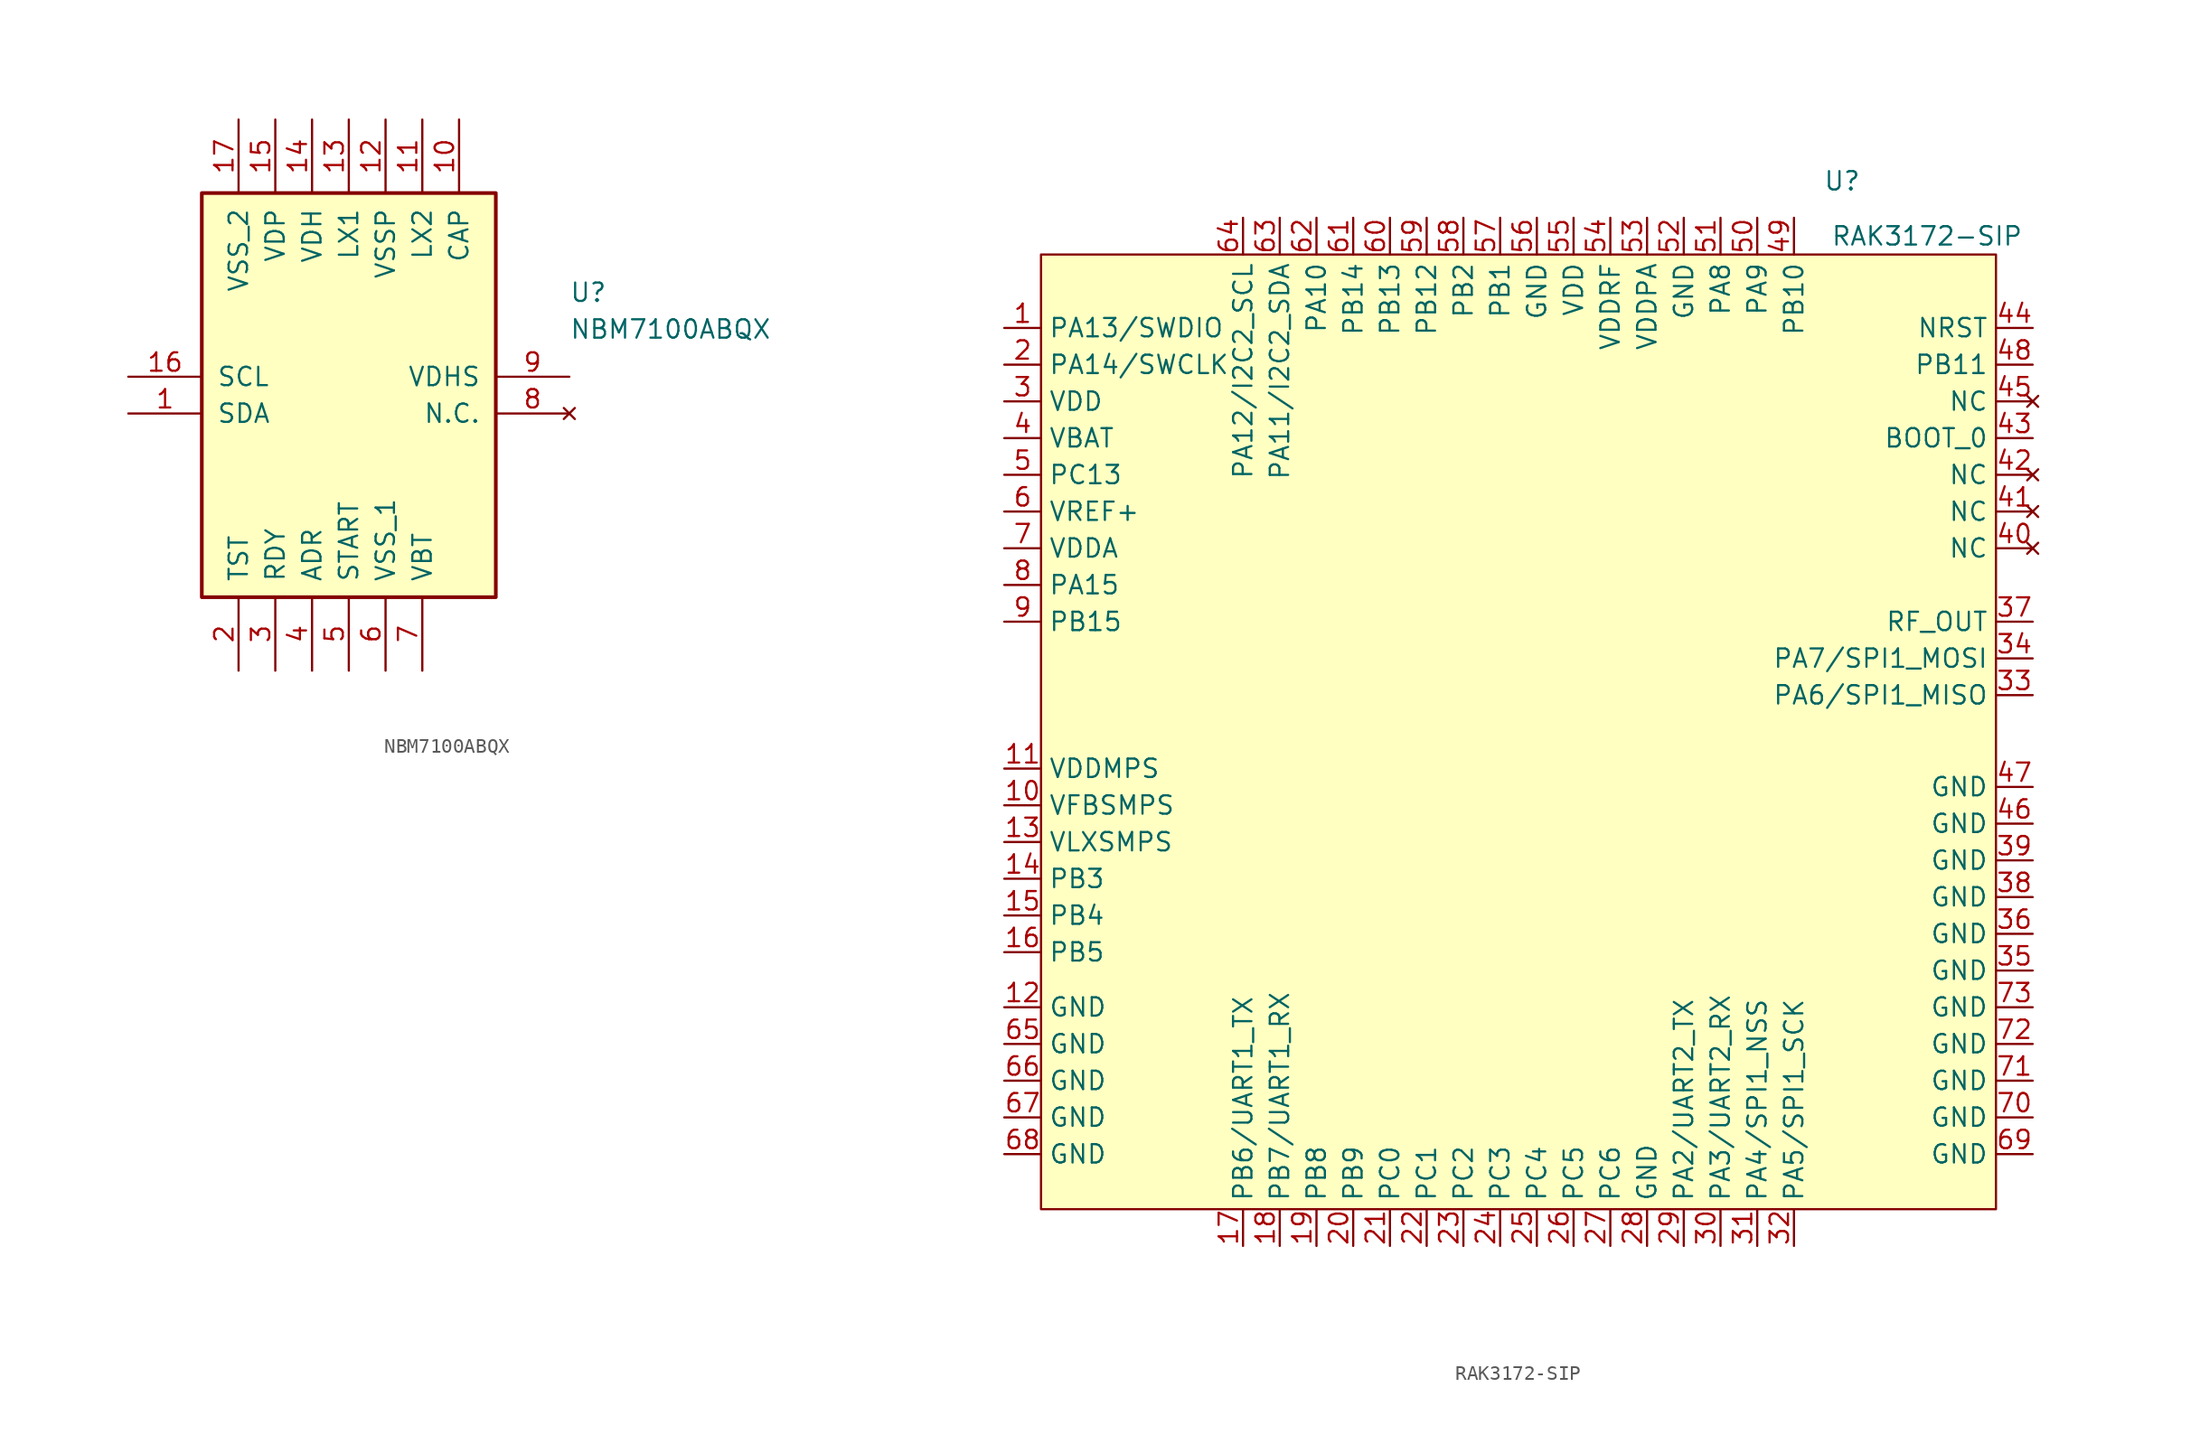
<source format=kicad_sym>
(kicad_symbol_lib
  (version 20220914)
  (generator kicad_symbol_editor)
  (symbol "NBM7100ABQX"
    (pin_names
      (offset 1.016))
    (property "Reference" "U"
      (at 15.24 6.35 0)
      (effects (font (size 1.27 1.27)) (justify left bottom)))
    (property "Value" "NBM7100ABQX"
      (at 15.24 3.81 0)
      (effects (font (size 1.27 1.27)) (justify left bottom)))
    (symbol "NBM7100ABQX_1_1"
      (rectangle (start -10.16 13.97) (end 10.16 -13.97) (stroke (width 0.254) (type default)) (fill (type background)))
      (pin passive line (at -15.24 -1.27 0) (length 5.08) (name "SDA" (effects (font (size 1.27 1.27)))) (number "1" (effects (font (size 1.27 1.27)))))
      (pin passive line (at 7.62 19.05 270) (length 5.08) (name "CAP" (effects (font (size 1.27 1.27)))) (number "10" (effects (font (size 1.27 1.27)))))
      (pin passive line (at 5.08 19.05 270) (length 5.08) (name "LX2" (effects (font (size 1.27 1.27)))) (number "11" (effects (font (size 1.27 1.27)))))
      (pin passive line (at 2.54 19.05 270) (length 5.08) (name "VSSP" (effects (font (size 1.27 1.27)))) (number "12" (effects (font (size 1.27 1.27)))))
      (pin passive line (at 0 19.05 270) (length 5.08) (name "LX1" (effects (font (size 1.27 1.27)))) (number "13" (effects (font (size 1.27 1.27)))))
      (pin passive line (at -2.54 19.05 270) (length 5.08) (name "VDH" (effects (font (size 1.27 1.27)))) (number "14" (effects (font (size 1.27 1.27)))))
      (pin passive line (at -5.08 19.05 270) (length 5.08) (name "VDP" (effects (font (size 1.27 1.27)))) (number "15" (effects (font (size 1.27 1.27)))))
      (pin passive line (at -15.24 1.27 0) (length 5.08) (name "SCL" (effects (font (size 1.27 1.27)))) (number "16" (effects (font (size 1.27 1.27)))))
      (pin passive line (at -7.62 19.05 270) (length 5.08) (name "VSS_2" (effects (font (size 1.27 1.27)))) (number "17" (effects (font (size 1.27 1.27)))))
      (pin passive line (at -7.62 -19.05 90) (length 5.08) (name "TST" (effects (font (size 1.27 1.27)))) (number "2" (effects (font (size 1.27 1.27)))))
      (pin passive line (at -5.08 -19.05 90) (length 5.08) (name "RDY" (effects (font (size 1.27 1.27)))) (number "3" (effects (font (size 1.27 1.27)))))
      (pin passive line (at -2.54 -19.05 90) (length 5.08) (name "ADR" (effects (font (size 1.27 1.27)))) (number "4" (effects (font (size 1.27 1.27)))))
      (pin passive line (at 0 -19.05 90) (length 5.08) (name "START" (effects (font (size 1.27 1.27)))) (number "5" (effects (font (size 1.27 1.27)))))
      (pin passive line (at 2.54 -19.05 90) (length 5.08) (name "VSS_1" (effects (font (size 1.27 1.27)))) (number "6" (effects (font (size 1.27 1.27)))))
      (pin passive line (at 5.08 -19.05 90) (length 5.08) (name "VBT" (effects (font (size 1.27 1.27)))) (number "7" (effects (font (size 1.27 1.27)))))
      (pin no_connect line (at 15.24 -1.27 180) (length 5.08) (name "N.C." (effects (font (size 1.27 1.27)))) (number "8" (effects (font (size 1.27 1.27)))))
      (pin passive line (at 15.24 1.27 180) (length 5.08) (name "VDHS" (effects (font (size 1.27 1.27)))) (number "9" (effects (font (size 1.27 1.27)))))))
  (symbol "RAK3172-SIP"
    (property "Reference" "U"
      (at 19.799 38.1 0)
      (effects (font (size 1.27 1.27)) (justify left)))
    (property "Value" "RAK3172-SIP"
      (at 20.32 34.29 0)
      (effects (font (size 1.27 1.27)) (justify left)))
    (symbol "RAK3172-SIP_0_0"
      (pin input line (at -36.83 -5.08 0) (length 2.54) (name "VFBSMPS" (effects (font (size 1.27 1.27)))) (number "10" (effects (font (size 1.27 1.27)))))
      (pin power_in line (at -36.83 -2.54 0) (length 2.54) (name "VDDMPS" (effects (font (size 1.27 1.27)))) (number "11" (effects (font (size 1.27 1.27)))))
      (pin power_in line (at -36.83 -19.05 0) (length 2.54) (name "GND" (effects (font (size 1.27 1.27)))) (number "12" (effects (font (size 1.27 1.27)))))
      (pin power_out line (at -36.83 -7.62 0) (length 2.54) (name "VLXSMPS" (effects (font (size 1.27 1.27)))) (number "13" (effects (font (size 1.27 1.27)))))
      (pin bidirectional line (at -36.83 -10.16 0) (length 2.54) (name "PB3" (effects (font (size 1.27 1.27)))) (number "14" (effects (font (size 1.27 1.27)))))
      (pin bidirectional line (at -36.83 -12.7 0) (length 2.54) (name "PB4" (effects (font (size 1.27 1.27)))) (number "15" (effects (font (size 1.27 1.27)))))
      (pin bidirectional line (at -36.83 -15.24 0) (length 2.54) (name "PB5" (effects (font (size 1.27 1.27)))) (number "16" (effects (font (size 1.27 1.27)))))
      (pin bidirectional line (at -20.32 -35.56 90) (length 2.54) (name "PB6/UART1_TX" (effects (font (size 1.27 1.27)))) (number "17" (effects (font (size 1.27 1.27)))))
      (pin bidirectional line (at -17.78 -35.56 90) (length 2.54) (name "PB7/UART1_RX" (effects (font (size 1.27 1.27)))) (number "18" (effects (font (size 1.27 1.27)))))
      (pin bidirectional line (at -15.24 -35.56 90) (length 2.54) (name "PB8" (effects (font (size 1.27 1.27)))) (number "19" (effects (font (size 1.27 1.27)))))
      (pin bidirectional line (at -12.7 -35.56 90) (length 2.54) (name "PB9" (effects (font (size 1.27 1.27)))) (number "20" (effects (font (size 1.27 1.27)))))
      (pin bidirectional line (at -10.16 -35.56 90) (length 2.54) (name "PC0" (effects (font (size 1.27 1.27)))) (number "21" (effects (font (size 1.27 1.27)))))
      (pin bidirectional line (at -7.62 -35.56 90) (length 2.54) (name "PC1" (effects (font (size 1.27 1.27)))) (number "22" (effects (font (size 1.27 1.27)))))
      (pin bidirectional line (at -5.08 -35.56 90) (length 2.54) (name "PC2" (effects (font (size 1.27 1.27)))) (number "23" (effects (font (size 1.27 1.27)))))
      (pin bidirectional line (at -2.54 -35.56 90) (length 2.54) (name "PC3" (effects (font (size 1.27 1.27)))) (number "24" (effects (font (size 1.27 1.27)))))
      (pin bidirectional line (at 0 -35.56 90) (length 2.54) (name "PC4" (effects (font (size 1.27 1.27)))) (number "25" (effects (font (size 1.27 1.27)))))
      (pin bidirectional line (at 2.54 -35.56 90) (length 2.54) (name "PC5" (effects (font (size 1.27 1.27)))) (number "26" (effects (font (size 1.27 1.27)))))
      (pin bidirectional line (at 5.08 -35.56 90) (length 2.54) (name "PC6" (effects (font (size 1.27 1.27)))) (number "27" (effects (font (size 1.27 1.27)))))
      (pin power_in line (at 7.62 -35.56 90) (length 2.54) (name "GND" (effects (font (size 1.27 1.27)))) (number "28" (effects (font (size 1.27 1.27)))))
      (pin output line (at 10.16 -35.56 90) (length 2.54) (name "PA2/UART2_TX" (effects (font (size 1.27 1.27)))) (number "29" (effects (font (size 1.27 1.27)))))
      (pin power_in line (at -36.83 22.86 0) (length 2.54) (name "VDD" (effects (font (size 1.27 1.27)))) (number "3" (effects (font (size 1.27 1.27)))))
      (pin input line (at 12.7 -35.56 90) (length 2.54) (name "PA3/UART2_RX" (effects (font (size 1.27 1.27)))) (number "30" (effects (font (size 1.27 1.27)))))
      (pin power_in line (at 34.29 -16.51 180) (length 2.54) (name "GND" (effects (font (size 1.27 1.27)))) (number "35" (effects (font (size 1.27 1.27)))))
      (pin power_in line (at 34.29 -13.97 180) (length 2.54) (name "GND" (effects (font (size 1.27 1.27)))) (number "36" (effects (font (size 1.27 1.27)))))
      (pin output line (at 34.29 7.62 180) (length 2.54) (name "RF_OUT" (effects (font (size 1.27 1.27)))) (number "37" (effects (font (size 1.27 1.27)))))
      (pin power_in line (at 34.29 -11.43 180) (length 2.54) (name "GND" (effects (font (size 1.27 1.27)))) (number "38" (effects (font (size 1.27 1.27)))))
      (pin power_in line (at 34.29 -8.89 180) (length 2.54) (name "GND" (effects (font (size 1.27 1.27)))) (number "39" (effects (font (size 1.27 1.27)))))
      (pin power_in line (at -36.83 20.32 0) (length 2.54) (name "VBAT" (effects (font (size 1.27 1.27)))) (number "4" (effects (font (size 1.27 1.27)))))
      (pin no_connect line (at 34.29 12.7 180) (length 2.54) (name "NC" (effects (font (size 1.27 1.27)))) (number "40" (effects (font (size 1.27 1.27)))))
      (pin no_connect line (at 34.29 15.24 180) (length 2.54) (name "NC" (effects (font (size 1.27 1.27)))) (number "41" (effects (font (size 1.27 1.27)))))
      (pin no_connect line (at 34.29 17.78 180) (length 2.54) (name "NC" (effects (font (size 1.27 1.27)))) (number "42" (effects (font (size 1.27 1.27)))))
      (pin input line (at 34.29 20.32 180) (length 2.54) (name "BOOT_0" (effects (font (size 1.27 1.27)))) (number "43" (effects (font (size 1.27 1.27)))))
      (pin input line (at 34.29 27.94 180) (length 2.54) (name "NRST" (effects (font (size 1.27 1.27)))) (number "44" (effects (font (size 1.27 1.27)))))
      (pin no_connect line (at 34.29 22.86 180) (length 2.54) (name "NC" (effects (font (size 1.27 1.27)))) (number "45" (effects (font (size 1.27 1.27)))))
      (pin power_in line (at 34.29 -6.35 180) (length 2.54) (name "GND" (effects (font (size 1.27 1.27)))) (number "46" (effects (font (size 1.27 1.27)))))
      (pin power_in line (at 34.29 -3.81 180) (length 2.54) (name "GND" (effects (font (size 1.27 1.27)))) (number "47" (effects (font (size 1.27 1.27)))))
      (pin bidirectional line (at 34.29 25.4 180) (length 2.54) (name "PB11" (effects (font (size 1.27 1.27)))) (number "48" (effects (font (size 1.27 1.27)))))
      (pin bidirectional line (at 17.78 35.56 270) (length 2.54) (name "PB10" (effects (font (size 1.27 1.27)))) (number "49" (effects (font (size 1.27 1.27)))))
      (pin bidirectional line (at -36.83 17.78 0) (length 2.54) (name "PC13" (effects (font (size 1.27 1.27)))) (number "5" (effects (font (size 1.27 1.27)))))
      (pin bidirectional line (at 15.24 35.56 270) (length 2.54) (name "PA9" (effects (font (size 1.27 1.27)))) (number "50" (effects (font (size 1.27 1.27)))))
      (pin bidirectional line (at 12.7 35.56 270) (length 2.54) (name "PA8" (effects (font (size 1.27 1.27)))) (number "51" (effects (font (size 1.27 1.27)))))
      (pin power_in line (at 10.16 35.56 270) (length 2.54) (name "GND" (effects (font (size 1.27 1.27)))) (number "52" (effects (font (size 1.27 1.27)))))
      (pin power_in line (at 7.62 35.56 270) (length 2.54) (name "VDDPA" (effects (font (size 1.27 1.27)))) (number "53" (effects (font (size 1.27 1.27)))))
      (pin power_in line (at 5.08 35.56 270) (length 2.54) (name "VDDRF" (effects (font (size 1.27 1.27)))) (number "54" (effects (font (size 1.27 1.27)))))
      (pin power_in line (at 2.54 35.56 270) (length 2.54) (name "VDD" (effects (font (size 1.27 1.27)))) (number "55" (effects (font (size 1.27 1.27)))))
      (pin power_in line (at 0 35.56 270) (length 2.54) (name "GND" (effects (font (size 1.27 1.27)))) (number "56" (effects (font (size 1.27 1.27)))))
      (pin bidirectional line (at -2.54 35.56 270) (length 2.54) (name "PB1" (effects (font (size 1.27 1.27)))) (number "57" (effects (font (size 1.27 1.27)))))
      (pin bidirectional line (at -5.08 35.56 270) (length 2.54) (name "PB2" (effects (font (size 1.27 1.27)))) (number "58" (effects (font (size 1.27 1.27)))))
      (pin bidirectional line (at -7.62 35.56 270) (length 2.54) (name "PB12" (effects (font (size 1.27 1.27)))) (number "59" (effects (font (size 1.27 1.27)))))
      (pin power_in line (at -36.83 15.24 0) (length 2.54) (name "VREF+" (effects (font (size 1.27 1.27)))) (number "6" (effects (font (size 1.27 1.27)))))
      (pin bidirectional line (at -10.16 35.56 270) (length 2.54) (name "PB13" (effects (font (size 1.27 1.27)))) (number "60" (effects (font (size 1.27 1.27)))))
      (pin bidirectional line (at -12.7 35.56 270) (length 2.54) (name "PB14" (effects (font (size 1.27 1.27)))) (number "61" (effects (font (size 1.27 1.27)))))
      (pin bidirectional line (at -15.24 35.56 270) (length 2.54) (name "PA10" (effects (font (size 1.27 1.27)))) (number "62" (effects (font (size 1.27 1.27)))))
      (pin power_in line (at -36.83 -21.59 0) (length 2.54) (name "GND" (effects (font (size 1.27 1.27)))) (number "65" (effects (font (size 1.27 1.27)))))
      (pin power_in line (at -36.83 -24.13 0) (length 2.54) (name "GND" (effects (font (size 1.27 1.27)))) (number "66" (effects (font (size 1.27 1.27)))))
      (pin power_in line (at -36.83 -26.67 0) (length 2.54) (name "GND" (effects (font (size 1.27 1.27)))) (number "67" (effects (font (size 1.27 1.27)))))
      (pin power_in line (at -36.83 -29.21 0) (length 2.54) (name "GND" (effects (font (size 1.27 1.27)))) (number "68" (effects (font (size 1.27 1.27)))))
      (pin power_in line (at 34.29 -29.21 180) (length 2.54) (name "GND" (effects (font (size 1.27 1.27)))) (number "69" (effects (font (size 1.27 1.27)))))
      (pin power_in line (at -36.83 12.7 0) (length 2.54) (name "VDDA" (effects (font (size 1.27 1.27)))) (number "7" (effects (font (size 1.27 1.27)))))
      (pin power_in line (at 34.29 -26.67 180) (length 2.54) (name "GND" (effects (font (size 1.27 1.27)))) (number "70" (effects (font (size 1.27 1.27)))))
      (pin power_in line (at 34.29 -24.13 180) (length 2.54) (name "GND" (effects (font (size 1.27 1.27)))) (number "71" (effects (font (size 1.27 1.27)))))
      (pin power_in line (at 34.29 -21.59 180) (length 2.54) (name "GND" (effects (font (size 1.27 1.27)))) (number "72" (effects (font (size 1.27 1.27)))))
      (pin power_in line (at 34.29 -19.05 180) (length 2.54) (name "GND" (effects (font (size 1.27 1.27)))) (number "73" (effects (font (size 1.27 1.27)))))
      (pin bidirectional line (at -36.83 10.16 0) (length 2.54) (name "PA15" (effects (font (size 1.27 1.27)))) (number "8" (effects (font (size 1.27 1.27)))))
      (pin bidirectional line (at -36.83 7.62 0) (length 2.54) (name "PB15" (effects (font (size 1.27 1.27)))) (number "9" (effects (font (size 1.27 1.27))))))
    (symbol "RAK3172-SIP_0_1"
      (rectangle (start -34.29 33.02) (end 31.75 -33.02) (stroke (width 0) (type default)) (fill (type background))))
    (symbol "RAK3172-SIP_1_0"
      (pin input line (at -36.83 27.94 0) (length 2.54) (name "PA13/SWDIO" (effects (font (size 1.27 1.27)))) (number "1" (effects (font (size 1.27 1.27)))))
      (pin output line (at -36.83 25.4 0) (length 2.54) (name "PA14/SWCLK" (effects (font (size 1.27 1.27)))) (number "2" (effects (font (size 1.27 1.27)))))
      (pin bidirectional line (at 15.24 -35.56 90) (length 2.54) (name "PA4/SPI1_NSS" (effects (font (size 1.27 1.27)))) (number "31" (effects (font (size 1.27 1.27)))))
      (pin bidirectional line (at 17.78 -35.56 90) (length 2.54) (name "PA5/SPI1_SCK" (effects (font (size 1.27 1.27)))) (number "32" (effects (font (size 1.27 1.27)))))
      (pin bidirectional line (at 34.29 2.54 180) (length 2.54) (name "PA6/SPI1_MISO" (effects (font (size 1.27 1.27)))) (number "33" (effects (font (size 1.27 1.27)))))
      (pin bidirectional line (at 34.29 5.08 180) (length 2.54) (name "PA7/SPI1_MOSI" (effects (font (size 1.27 1.27)))) (number "34" (effects (font (size 1.27 1.27)))))
      (pin bidirectional line (at -17.78 35.56 270) (length 2.54) (name "PA11/I2C2_SDA" (effects (font (size 1.27 1.27)))) (number "63" (effects (font (size 1.27 1.27)))))
      (pin bidirectional line (at -20.32 35.56 270) (length 2.54) (name "PA12/I2C2_SCL" (effects (font (size 1.27 1.27)))) (number "64" (effects (font (size 1.27 1.27))))))))
</source>
